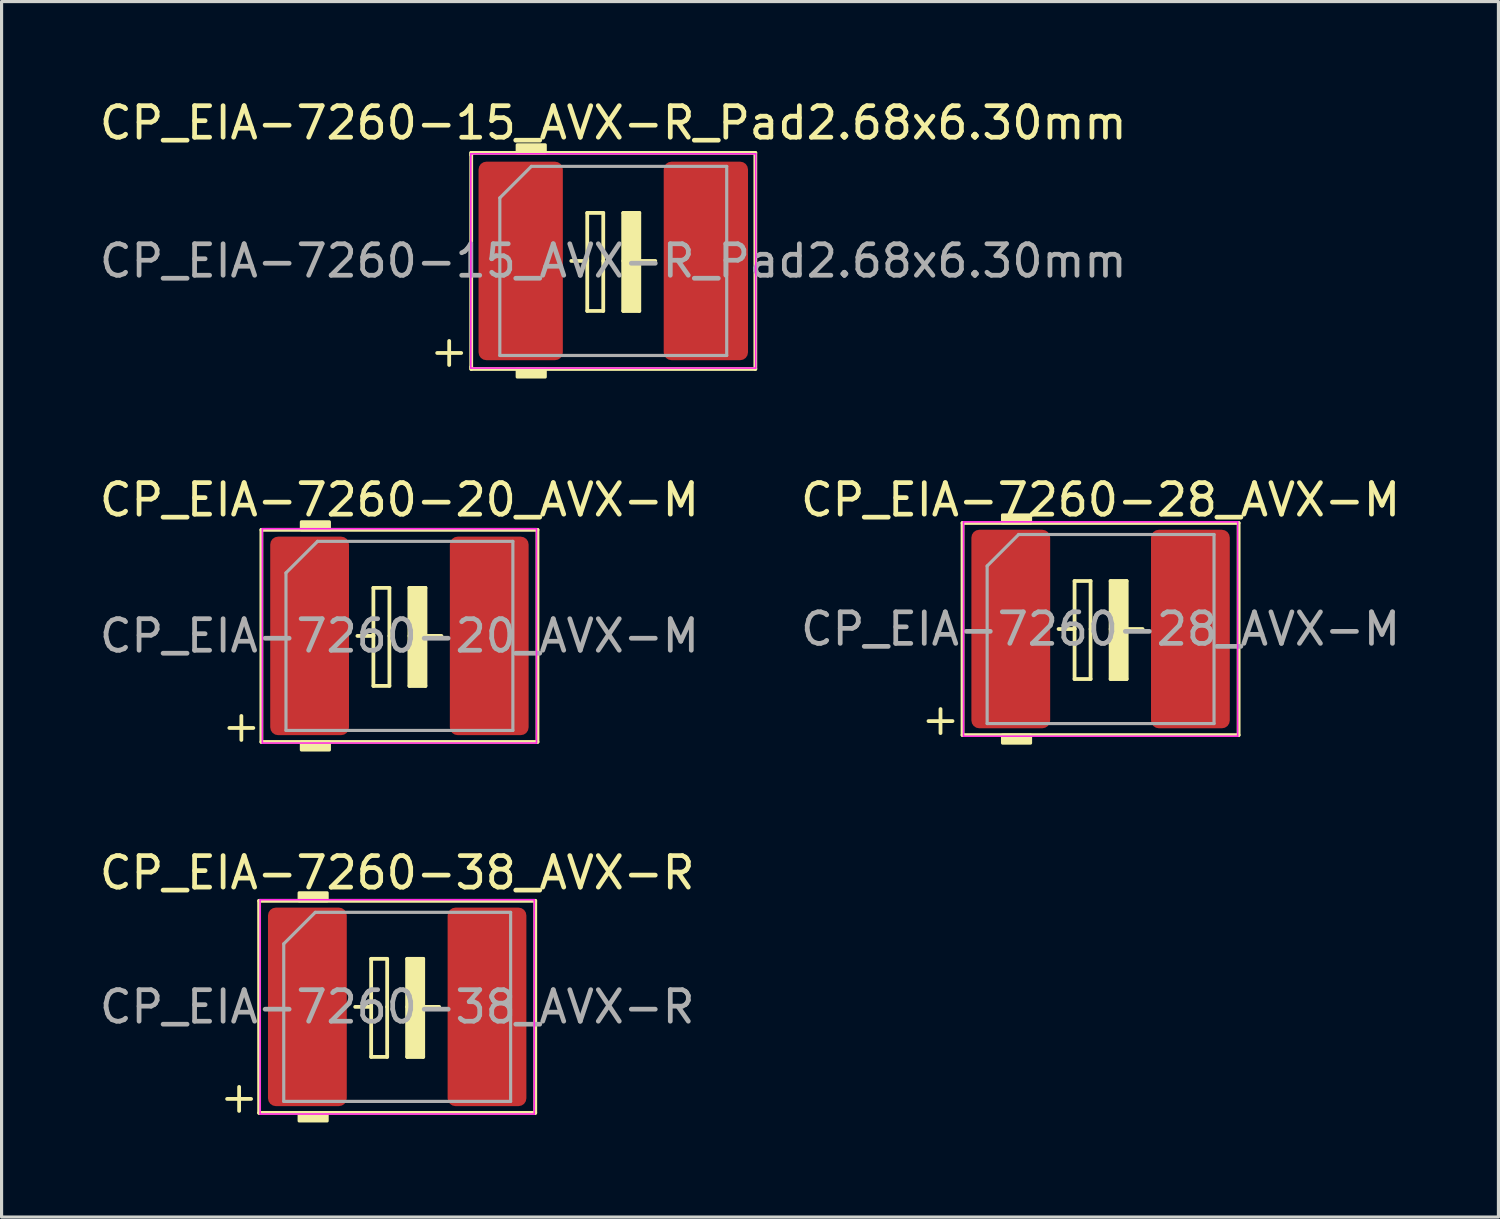
<source format=kicad_pcb>
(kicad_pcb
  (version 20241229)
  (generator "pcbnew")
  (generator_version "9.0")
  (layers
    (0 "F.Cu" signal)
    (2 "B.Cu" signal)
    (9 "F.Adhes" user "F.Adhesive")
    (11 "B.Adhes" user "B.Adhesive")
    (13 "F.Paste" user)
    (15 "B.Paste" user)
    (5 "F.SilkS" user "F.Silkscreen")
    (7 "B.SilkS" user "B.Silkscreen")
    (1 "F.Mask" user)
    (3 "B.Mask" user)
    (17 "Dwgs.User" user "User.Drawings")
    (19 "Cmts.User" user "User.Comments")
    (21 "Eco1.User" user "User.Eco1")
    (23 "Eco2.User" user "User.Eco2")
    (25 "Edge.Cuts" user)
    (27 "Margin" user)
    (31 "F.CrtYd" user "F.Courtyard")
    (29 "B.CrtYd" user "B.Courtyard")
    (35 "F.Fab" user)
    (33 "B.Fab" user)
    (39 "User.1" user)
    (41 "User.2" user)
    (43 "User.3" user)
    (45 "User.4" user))
  (footprint "CP_EIA-7260-20_AVX-M"
    (layer "F.Cu")
    (at 9.625 17.129)
    (property "Reference" "CP_EIA-7260-20_AVX-M" (at 0 -4.318 0) (layer "F.SilkS") (effects (font (size 1 1) (thickness 0.15))))
    (attr smd)
    (fp_line (start -5.397 2.921) (end -4.636 2.921) (stroke (width 0.12) (type solid)) (layer "F.SilkS"))
    (fp_line (start -5.016 2.54) (end -5.016 3.302) (stroke (width 0.12) (type solid)) (layer "F.SilkS"))
    (fp_line (start -4.381 -3.365) (end 4.381 -3.365) (stroke (width 0.12) (type solid)) (layer "F.SilkS"))
    (fp_line (start -4.381 3.365) (end -4.381 -3.365) (stroke (width 0.12) (type solid)) (layer "F.SilkS"))
    (fp_line (start -1.333 0) (end -0.826 0) (stroke (width 0.12) (type solid)) (layer "F.SilkS"))
    (fp_line (start -0.826 -1.524) (end -0.826 0) (stroke (width 0.12) (type solid)) (layer "F.SilkS"))
    (fp_line (start -0.826 1.587) (end -0.826 0) (stroke (width 0.12) (type solid)) (layer "F.SilkS"))
    (fp_line (start -0.826 1.587) (end -0.318 1.587) (stroke (width 0.12) (type solid)) (layer "F.SilkS"))
    (fp_line (start -0.318 -1.524) (end -0.826 -1.524) (stroke (width 0.12) (type solid)) (layer "F.SilkS"))
    (fp_line (start -0.318 -1.524) (end -0.318 0) (stroke (width 0.12) (type solid)) (layer "F.SilkS"))
    (fp_line (start -0.318 1.587) (end -0.318 0) (stroke (width 0.12) (type solid)) (layer "F.SilkS"))
    (fp_line (start 0.318 -1.524) (end 0.318 0) (stroke (width 0.12) (type solid)) (layer "F.SilkS"))
    (fp_line (start 0.318 1.587) (end 0.318 0) (stroke (width 0.12) (type solid)) (layer "F.SilkS"))
    (fp_line (start 0.318 1.587) (end 0.826 1.587) (stroke (width 0.12) (type solid)) (layer "F.SilkS"))
    (fp_line (start 0.826 -1.524) (end 0.318 -1.524) (stroke (width 0.12) (type solid)) (layer "F.SilkS"))
    (fp_line (start 0.826 -1.524) (end 0.826 0) (stroke (width 0.12) (type solid)) (layer "F.SilkS"))
    (fp_line (start 0.826 0) (end 1.333 0) (stroke (width 0.12) (type solid)) (layer "F.SilkS"))
    (fp_line (start 0.826 1.587) (end 0.826 0) (stroke (width 0.12) (type solid)) (layer "F.SilkS"))
    (fp_line (start 4.381 -3.365) (end 4.381 3.365) (stroke (width 0.12) (type solid)) (layer "F.SilkS"))
    (fp_line (start 4.381 3.365) (end -4.381 3.365) (stroke (width 0.12) (type solid)) (layer "F.SilkS"))
    (fp_poly (pts (xy -2.223 -3.365) (xy -3.111 -3.365) (xy -3.111 -3.619) (xy -2.223 -3.619)) (stroke (width 0.1) (type solid)) (fill yes) (layer "F.SilkS"))
    (fp_poly (pts (xy -2.223 3.619) (xy -3.111 3.619) (xy -3.111 3.365) (xy -2.223 3.365)) (stroke (width 0.1) (type solid)) (fill yes) (layer "F.SilkS"))
    (fp_poly (pts (xy 0.826 1.587) (xy 0.318 1.587) (xy 0.318 -1.524) (xy 0.826 -1.524)) (stroke (width 0.1) (type solid)) (fill yes) (layer "F.SilkS"))
    (fp_line (start -4.35 -3.4) (end 4.35 -3.4) (stroke (width 0.05) (type solid)) (layer "F.CrtYd"))
    (fp_line (start -4.35 3.4) (end -4.35 -3.4) (stroke (width 0.05) (type solid)) (layer "F.CrtYd"))
    (fp_line (start 4.35 -3.4) (end 4.35 3.4) (stroke (width 0.05) (type solid)) (layer "F.CrtYd"))
    (fp_line (start 4.35 3.4) (end -4.35 3.4) (stroke (width 0.05) (type solid)) (layer "F.CrtYd"))
    (fp_line (start -3.6 -2) (end -3.6 3) (stroke (width 0.1) (type solid)) (layer "F.Fab"))
    (fp_line (start -3.6 3) (end 3.6 3) (stroke (width 0.1) (type solid)) (layer "F.Fab"))
    (fp_line (start -2.6 -3) (end -3.6 -2) (stroke (width 0.1) (type solid)) (layer "F.Fab"))
    (fp_line (start 3.6 -3) (end -2.6 -3) (stroke (width 0.1) (type solid)) (layer "F.Fab"))
    (fp_line (start 3.6 3) (end 3.6 -3) (stroke (width 0.1) (type solid)) (layer "F.Fab"))
    (fp_text user "${REFERENCE}" (at 0 0 0) (layer "F.Fab") (effects (font (size 1 1) (thickness 0.15))))
    (pad "1" smd roundrect (at -2.85 0) (size 2.5 6.3) (layers "F.Cu" "F.Mask" "F.Paste") (roundrect_rratio 0.1))
    (pad "2" smd roundrect (at 2.85 0) (size 2.5 6.3) (layers "F.Cu" "F.Mask" "F.Paste") (roundrect_rratio 0.1)))
  (footprint "CP_EIA-7260-28_AVX-M"
    (layer "F.Cu")
    (at 31.875 16.911)
    (property "Reference" "CP_EIA-7260-28_AVX-M" (at 0 -4.1 0) (layer "F.SilkS") (effects (font (size 1 1) (thickness 0.15))))
    (attr smd)
    (fp_line (start -5.461 2.921) (end -4.699 2.921) (stroke (width 0.12) (type solid)) (layer "F.SilkS"))
    (fp_line (start -5.08 2.54) (end -5.08 3.302) (stroke (width 0.12) (type solid)) (layer "F.SilkS"))
    (fp_line (start -4.381 -3.365) (end 4.381 -3.365) (stroke (width 0.12) (type solid)) (layer "F.SilkS"))
    (fp_line (start -4.381 3.365) (end -4.381 -3.365) (stroke (width 0.12) (type solid)) (layer "F.SilkS"))
    (fp_line (start -1.333 0) (end -0.826 0) (stroke (width 0.12) (type solid)) (layer "F.SilkS"))
    (fp_line (start -0.826 -1.524) (end -0.826 0) (stroke (width 0.12) (type solid)) (layer "F.SilkS"))
    (fp_line (start -0.826 1.587) (end -0.826 0) (stroke (width 0.12) (type solid)) (layer "F.SilkS"))
    (fp_line (start -0.826 1.587) (end -0.318 1.587) (stroke (width 0.12) (type solid)) (layer "F.SilkS"))
    (fp_line (start -0.318 -1.524) (end -0.826 -1.524) (stroke (width 0.12) (type solid)) (layer "F.SilkS"))
    (fp_line (start -0.318 -1.524) (end -0.318 0) (stroke (width 0.12) (type solid)) (layer "F.SilkS"))
    (fp_line (start -0.318 1.587) (end -0.318 0) (stroke (width 0.12) (type solid)) (layer "F.SilkS"))
    (fp_line (start 0.318 -1.524) (end 0.318 0) (stroke (width 0.12) (type solid)) (layer "F.SilkS"))
    (fp_line (start 0.318 1.587) (end 0.318 0) (stroke (width 0.12) (type solid)) (layer "F.SilkS"))
    (fp_line (start 0.318 1.587) (end 0.826 1.587) (stroke (width 0.12) (type solid)) (layer "F.SilkS"))
    (fp_line (start 0.826 -1.524) (end 0.318 -1.524) (stroke (width 0.12) (type solid)) (layer "F.SilkS"))
    (fp_line (start 0.826 -1.524) (end 0.826 0) (stroke (width 0.12) (type solid)) (layer "F.SilkS"))
    (fp_line (start 0.826 0) (end 1.333 0) (stroke (width 0.12) (type solid)) (layer "F.SilkS"))
    (fp_line (start 0.826 1.587) (end 0.826 0) (stroke (width 0.12) (type solid)) (layer "F.SilkS"))
    (fp_line (start 4.381 -3.365) (end 4.381 3.365) (stroke (width 0.12) (type solid)) (layer "F.SilkS"))
    (fp_line (start 4.381 3.365) (end -4.381 3.365) (stroke (width 0.12) (type solid)) (layer "F.SilkS"))
    (fp_poly (pts (xy -2.223 -3.365) (xy -3.111 -3.365) (xy -3.111 -3.619) (xy -2.223 -3.619)) (stroke (width 0.1) (type solid)) (fill yes) (layer "F.SilkS"))
    (fp_poly (pts (xy -2.223 3.619) (xy -3.111 3.619) (xy -3.111 3.365) (xy -2.223 3.365)) (stroke (width 0.1) (type solid)) (fill yes) (layer "F.SilkS"))
    (fp_poly (pts (xy 0.826 1.587) (xy 0.318 1.587) (xy 0.318 -1.524) (xy 0.826 -1.524)) (stroke (width 0.1) (type solid)) (fill yes) (layer "F.SilkS"))
    (fp_line (start -4.35 -3.4) (end 4.35 -3.4) (stroke (width 0.05) (type solid)) (layer "F.CrtYd"))
    (fp_line (start -4.35 3.4) (end -4.35 -3.4) (stroke (width 0.05) (type solid)) (layer "F.CrtYd"))
    (fp_line (start 4.35 -3.4) (end 4.35 3.4) (stroke (width 0.05) (type solid)) (layer "F.CrtYd"))
    (fp_line (start 4.35 3.4) (end -4.35 3.4) (stroke (width 0.05) (type solid)) (layer "F.CrtYd"))
    (fp_line (start -3.6 -2) (end -3.6 3) (stroke (width 0.1) (type solid)) (layer "F.Fab"))
    (fp_line (start -3.6 3) (end 3.6 3) (stroke (width 0.1) (type solid)) (layer "F.Fab"))
    (fp_line (start -2.6 -3) (end -3.6 -2) (stroke (width 0.1) (type solid)) (layer "F.Fab"))
    (fp_line (start 3.6 -3) (end -2.6 -3) (stroke (width 0.1) (type solid)) (layer "F.Fab"))
    (fp_line (start 3.6 3) (end 3.6 -3) (stroke (width 0.1) (type solid)) (layer "F.Fab"))
    (fp_text user "${REFERENCE}" (at 0 0 0) (layer "F.Fab") (effects (font (size 1 1) (thickness 0.15))))
    (pad "1" smd roundrect (at -2.85 0) (size 2.5 6.3) (layers "F.Cu" "F.Mask" "F.Paste") (roundrect_rratio 0.1))
    (pad "2" smd roundrect (at 2.85 0) (size 2.5 6.3) (layers "F.Cu" "F.Mask" "F.Paste") (roundrect_rratio 0.1)))
  (footprint "CP_EIA-7260-15_AVX-R_Pad2.68x6.30mm"
    (layer "F.Cu")
    (at 16.411 5.23)
    (property "Reference" "CP_EIA-7260-15_AVX-R_Pad2.68x6.30mm" (at 0 -4.381 0) (layer "F.SilkS") (effects (font (size 1 1) (thickness 0.15))))
    (attr smd)
    (fp_line (start -5.588 2.921) (end -4.826 2.921) (stroke (width 0.12) (type solid)) (layer "F.SilkS"))
    (fp_line (start -5.207 2.54) (end -5.207 3.302) (stroke (width 0.12) (type solid)) (layer "F.SilkS"))
    (fp_line (start -4.508 -3.429) (end -4.508 -3.365) (stroke (width 0.12) (type solid)) (layer "F.SilkS"))
    (fp_line (start -4.508 -3.365) (end -4.508 3.365) (stroke (width 0.12) (type solid)) (layer "F.SilkS"))
    (fp_line (start -4.508 3.365) (end -4.508 3.429) (stroke (width 0.12) (type solid)) (layer "F.SilkS"))
    (fp_line (start -4.508 3.429) (end 4.508 3.429) (stroke (width 0.12) (type solid)) (layer "F.SilkS"))
    (fp_line (start -1.333 0) (end -0.826 0) (stroke (width 0.12) (type solid)) (layer "F.SilkS"))
    (fp_line (start -0.826 -1.524) (end -0.826 0) (stroke (width 0.12) (type solid)) (layer "F.SilkS"))
    (fp_line (start -0.826 1.587) (end -0.826 0) (stroke (width 0.12) (type solid)) (layer "F.SilkS"))
    (fp_line (start -0.826 1.587) (end -0.318 1.587) (stroke (width 0.12) (type solid)) (layer "F.SilkS"))
    (fp_line (start -0.318 -1.524) (end -0.826 -1.524) (stroke (width 0.12) (type solid)) (layer "F.SilkS"))
    (fp_line (start -0.318 -1.524) (end -0.318 0) (stroke (width 0.12) (type solid)) (layer "F.SilkS"))
    (fp_line (start -0.318 1.587) (end -0.318 0) (stroke (width 0.12) (type solid)) (layer "F.SilkS"))
    (fp_line (start 0.318 -1.524) (end 0.318 0) (stroke (width 0.12) (type solid)) (layer "F.SilkS"))
    (fp_line (start 0.318 1.587) (end 0.318 0) (stroke (width 0.12) (type solid)) (layer "F.SilkS"))
    (fp_line (start 0.318 1.587) (end 0.826 1.587) (stroke (width 0.12) (type solid)) (layer "F.SilkS"))
    (fp_line (start 0.826 -1.524) (end 0.318 -1.524) (stroke (width 0.12) (type solid)) (layer "F.SilkS"))
    (fp_line (start 0.826 -1.524) (end 0.826 0) (stroke (width 0.12) (type solid)) (layer "F.SilkS"))
    (fp_line (start 0.826 0) (end 1.333 0) (stroke (width 0.12) (type solid)) (layer "F.SilkS"))
    (fp_line (start 0.826 1.587) (end 0.826 0) (stroke (width 0.12) (type solid)) (layer "F.SilkS"))
    (fp_line (start 4.508 -3.429) (end -4.508 -3.429) (stroke (width 0.12) (type solid)) (layer "F.SilkS"))
    (fp_line (start 4.508 3.429) (end 4.508 -3.429) (stroke (width 0.12) (type solid)) (layer "F.SilkS"))
    (fp_poly (pts (xy -2.159 -3.429) (xy -3.048 -3.429) (xy -3.048 -3.683) (xy -2.159 -3.683)) (stroke (width 0.1) (type solid)) (fill yes) (layer "F.SilkS"))
    (fp_poly (pts (xy -2.159 3.683) (xy -3.048 3.683) (xy -3.048 3.429) (xy -2.159 3.429)) (stroke (width 0.1) (type solid)) (fill yes) (layer "F.SilkS"))
    (fp_poly (pts (xy 0.826 1.587) (xy 0.318 1.587) (xy 0.318 -1.524) (xy 0.826 -1.524)) (stroke (width 0.1) (type solid)) (fill yes) (layer "F.SilkS"))
    (fp_line (start -4.52 -3.4) (end 4.52 -3.4) (stroke (width 0.05) (type solid)) (layer "F.CrtYd"))
    (fp_line (start -4.52 3.4) (end -4.52 -3.4) (stroke (width 0.05) (type solid)) (layer "F.CrtYd"))
    (fp_line (start 4.52 -3.4) (end 4.52 3.4) (stroke (width 0.05) (type solid)) (layer "F.CrtYd"))
    (fp_line (start 4.52 3.4) (end -4.52 3.4) (stroke (width 0.05) (type solid)) (layer "F.CrtYd"))
    (fp_line (start -3.6 -2) (end -3.6 3) (stroke (width 0.1) (type solid)) (layer "F.Fab"))
    (fp_line (start -3.6 3) (end 3.6 3) (stroke (width 0.1) (type solid)) (layer "F.Fab"))
    (fp_line (start -2.6 -3) (end -3.6 -2) (stroke (width 0.1) (type solid)) (layer "F.Fab"))
    (fp_line (start 3.6 -3) (end -2.6 -3) (stroke (width 0.1) (type solid)) (layer "F.Fab"))
    (fp_line (start 3.6 3) (end 3.6 -3) (stroke (width 0.1) (type solid)) (layer "F.Fab"))
    (fp_text user "${REFERENCE}" (at 0 0 0) (layer "F.Fab") (effects (font (size 1 1) (thickness 0.15))))
    (pad "1" smd roundrect (at -2.938 0) (size 2.675 6.3) (layers "F.Cu" "F.Mask" "F.Paste") (roundrect_rratio 0.093))
    (pad "2" smd roundrect (at 2.938 0) (size 2.675 6.3) (layers "F.Cu" "F.Mask" "F.Paste") (roundrect_rratio 0.093)))
  (footprint "CP_EIA-7260-38_AVX-R"
    (layer "F.Cu")
    (at 9.554 28.901)
    (property "Reference" "CP_EIA-7260-38_AVX-R" (at 0 -4.255 0) (layer "F.SilkS") (effects (font (size 1 1) (thickness 0.15))))
    (attr smd)
    (fp_line (start -5.397 2.921) (end -4.636 2.921) (stroke (width 0.12) (type solid)) (layer "F.SilkS"))
    (fp_line (start -5.016 2.54) (end -5.016 3.302) (stroke (width 0.12) (type solid)) (layer "F.SilkS"))
    (fp_line (start -4.381 -3.365) (end 4.381 -3.365) (stroke (width 0.12) (type solid)) (layer "F.SilkS"))
    (fp_line (start -4.381 3.365) (end -4.381 -3.365) (stroke (width 0.12) (type solid)) (layer "F.SilkS"))
    (fp_line (start -1.333 0) (end -0.826 0) (stroke (width 0.12) (type solid)) (layer "F.SilkS"))
    (fp_line (start -0.826 -1.524) (end -0.826 0) (stroke (width 0.12) (type solid)) (layer "F.SilkS"))
    (fp_line (start -0.826 1.587) (end -0.826 0) (stroke (width 0.12) (type solid)) (layer "F.SilkS"))
    (fp_line (start -0.826 1.587) (end -0.318 1.587) (stroke (width 0.12) (type solid)) (layer "F.SilkS"))
    (fp_line (start -0.318 -1.524) (end -0.826 -1.524) (stroke (width 0.12) (type solid)) (layer "F.SilkS"))
    (fp_line (start -0.318 -1.524) (end -0.318 0) (stroke (width 0.12) (type solid)) (layer "F.SilkS"))
    (fp_line (start -0.318 1.587) (end -0.318 0) (stroke (width 0.12) (type solid)) (layer "F.SilkS"))
    (fp_line (start 0.318 -1.524) (end 0.318 0) (stroke (width 0.12) (type solid)) (layer "F.SilkS"))
    (fp_line (start 0.318 1.587) (end 0.318 0) (stroke (width 0.12) (type solid)) (layer "F.SilkS"))
    (fp_line (start 0.318 1.587) (end 0.826 1.587) (stroke (width 0.12) (type solid)) (layer "F.SilkS"))
    (fp_line (start 0.826 -1.524) (end 0.318 -1.524) (stroke (width 0.12) (type solid)) (layer "F.SilkS"))
    (fp_line (start 0.826 -1.524) (end 0.826 0) (stroke (width 0.12) (type solid)) (layer "F.SilkS"))
    (fp_line (start 0.826 0) (end 1.333 0) (stroke (width 0.12) (type solid)) (layer "F.SilkS"))
    (fp_line (start 0.826 1.587) (end 0.826 0) (stroke (width 0.12) (type solid)) (layer "F.SilkS"))
    (fp_line (start 4.381 -3.365) (end 4.381 3.365) (stroke (width 0.12) (type solid)) (layer "F.SilkS"))
    (fp_line (start 4.381 3.365) (end -4.381 3.365) (stroke (width 0.12) (type solid)) (layer "F.SilkS"))
    (fp_poly (pts (xy -2.223 -3.365) (xy -3.111 -3.365) (xy -3.111 -3.619) (xy -2.223 -3.619)) (stroke (width 0.1) (type solid)) (fill yes) (layer "F.SilkS"))
    (fp_poly (pts (xy -2.223 3.619) (xy -3.111 3.619) (xy -3.111 3.365) (xy -2.223 3.365)) (stroke (width 0.1) (type solid)) (fill yes) (layer "F.SilkS"))
    (fp_poly (pts (xy 0.826 1.587) (xy 0.318 1.587) (xy 0.318 -1.524) (xy 0.826 -1.524)) (stroke (width 0.1) (type solid)) (fill yes) (layer "F.SilkS"))
    (fp_line (start -4.35 -3.4) (end 4.35 -3.4) (stroke (width 0.05) (type solid)) (layer "F.CrtYd"))
    (fp_line (start -4.35 3.4) (end -4.35 -3.4) (stroke (width 0.05) (type solid)) (layer "F.CrtYd"))
    (fp_line (start 4.35 -3.4) (end 4.35 3.4) (stroke (width 0.05) (type solid)) (layer "F.CrtYd"))
    (fp_line (start 4.35 3.4) (end -4.35 3.4) (stroke (width 0.05) (type solid)) (layer "F.CrtYd"))
    (fp_line (start -3.6 -2) (end -3.6 3) (stroke (width 0.1) (type solid)) (layer "F.Fab"))
    (fp_line (start -3.6 3) (end 3.6 3) (stroke (width 0.1) (type solid)) (layer "F.Fab"))
    (fp_line (start -2.6 -3) (end -3.6 -2) (stroke (width 0.1) (type solid)) (layer "F.Fab"))
    (fp_line (start 3.6 -3) (end -2.6 -3) (stroke (width 0.1) (type solid)) (layer "F.Fab"))
    (fp_line (start 3.6 3) (end 3.6 -3) (stroke (width 0.1) (type solid)) (layer "F.Fab"))
    (fp_text user "${REFERENCE}" (at 0 0 0) (layer "F.Fab") (effects (font (size 1 1) (thickness 0.15))))
    (pad "1" smd roundrect (at -2.85 0) (size 2.5 6.3) (layers "F.Cu" "F.Mask" "F.Paste") (roundrect_rratio 0.1))
    (pad "2" smd roundrect (at 2.85 0) (size 2.5 6.3) (layers "F.Cu" "F.Mask" "F.Paste") (roundrect_rratio 0.1)))
  (gr_rect
    (start -3 -3)
    (end 44.5 35.571)
    (stroke (width 0.1) (type default))
    (fill no)
    (layer "Edge.Cuts")))
</source>
